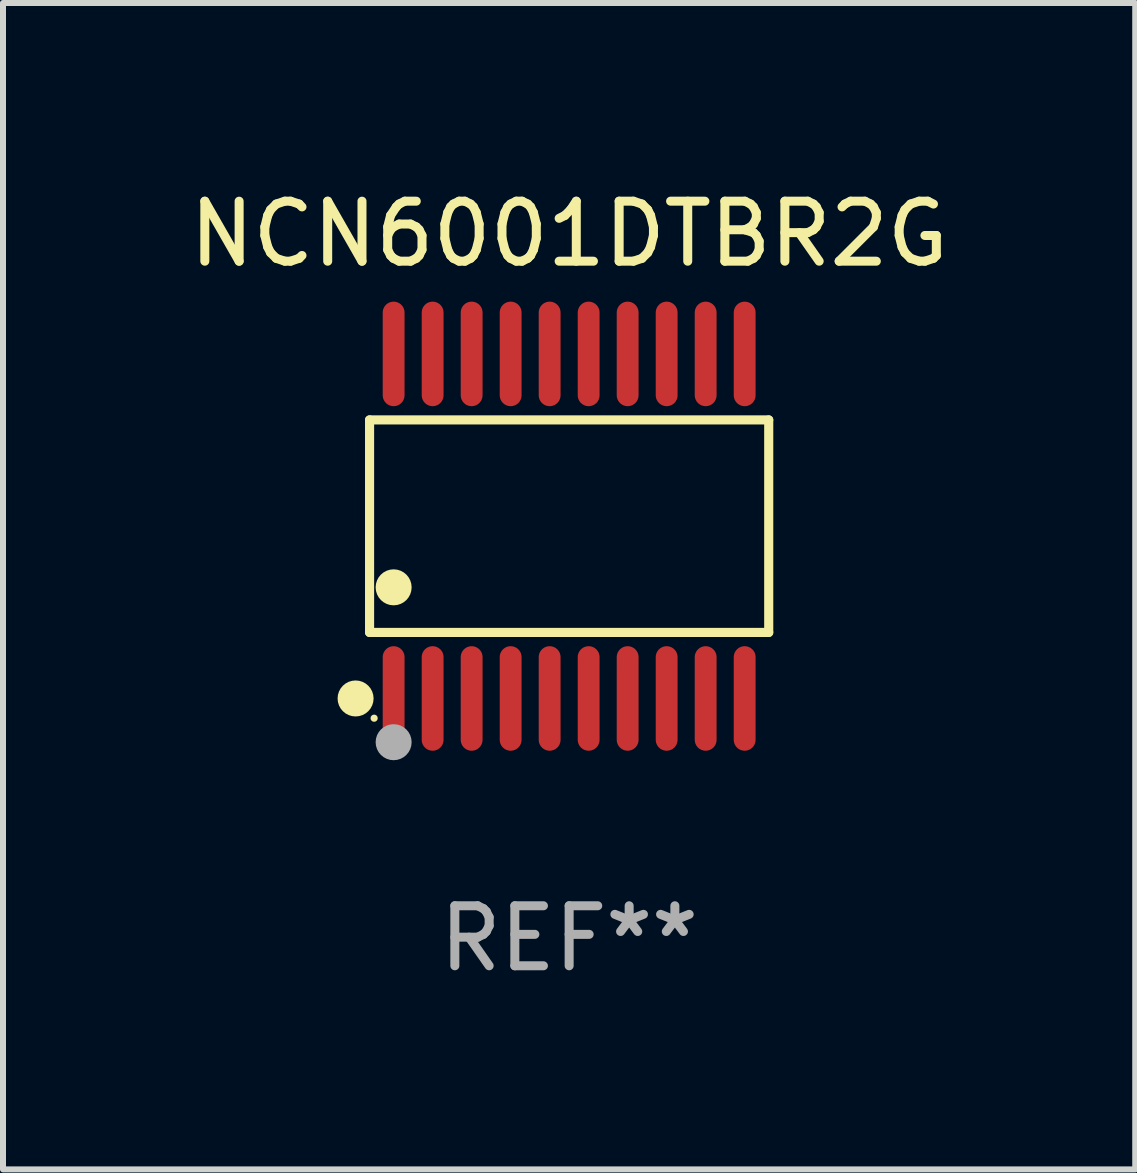
<source format=kicad_pcb>
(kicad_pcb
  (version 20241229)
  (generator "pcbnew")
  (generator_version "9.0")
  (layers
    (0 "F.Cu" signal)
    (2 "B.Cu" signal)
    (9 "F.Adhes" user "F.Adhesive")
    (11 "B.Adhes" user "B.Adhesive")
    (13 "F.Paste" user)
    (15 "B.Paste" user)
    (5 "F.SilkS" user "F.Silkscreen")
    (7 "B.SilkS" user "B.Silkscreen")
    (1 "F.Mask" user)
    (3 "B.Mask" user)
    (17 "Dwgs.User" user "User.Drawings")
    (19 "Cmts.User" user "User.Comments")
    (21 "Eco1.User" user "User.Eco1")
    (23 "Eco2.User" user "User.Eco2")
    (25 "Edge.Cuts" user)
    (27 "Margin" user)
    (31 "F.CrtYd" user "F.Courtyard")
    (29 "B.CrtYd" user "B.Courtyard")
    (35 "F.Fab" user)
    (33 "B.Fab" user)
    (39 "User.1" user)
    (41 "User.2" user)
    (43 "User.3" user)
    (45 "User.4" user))
  (footprint "NCN6001DTBR2G"
    (layer "F.Cu")
    (at 6.435 5.719)
    (property "Reference" "NCN6001DTBR2G" (at 0 -4.871 0) (layer "F.SilkS") (effects (font (size 1 1) (thickness 0.15))))
    (attr through_hole)
    (fp_line (start -3.326 -1.771) (end 3.326 -1.771) (stroke (width 0.152) (type solid)) (layer "F.SilkS"))
    (fp_line (start -3.326 1.771) (end -3.326 -1.771) (stroke (width 0.152) (type solid)) (layer "F.SilkS"))
    (fp_line (start 3.326 -1.771) (end 3.326 1.771) (stroke (width 0.152) (type solid)) (layer "F.SilkS"))
    (fp_line (start 3.326 1.771) (end -3.326 1.771) (stroke (width 0.152) (type solid)) (layer "F.SilkS"))
    (fp_circle (center -3.559 2.871) (end -3.409 2.871) (stroke (width 0.3) (type solid)) (fill no) (layer "F.SilkS"))
    (fp_circle (center -3.25 3.2) (end -3.22 3.2) (stroke (width 0.06) (type solid)) (fill no) (layer "F.SilkS"))
    (fp_circle (center -2.925 1.019) (end -2.775 1.019) (stroke (width 0.3) (type solid)) (fill no) (layer "F.SilkS"))
    (fp_circle (center -2.925 3.6) (end -2.775 3.6) (stroke (width 0.3) (type solid)) (fill no) (layer "F.Fab"))
    (fp_text user "REF**" (at 0 6.871 0) (layer "F.Fab") (effects (font (size 1 1) (thickness 0.15))))
    (pad "1" smd oval (at -2.925 2.871) (size 0.364 1.742) (layers "F.Cu" "F.Mask" "F.Paste"))
    (pad "2" smd oval (at -2.275 2.871) (size 0.364 1.742) (layers "F.Cu" "F.Mask" "F.Paste"))
    (pad "3" smd oval (at -1.625 2.871) (size 0.364 1.742) (layers "F.Cu" "F.Mask" "F.Paste"))
    (pad "4" smd oval (at -0.975 2.871) (size 0.364 1.742) (layers "F.Cu" "F.Mask" "F.Paste"))
    (pad "5" smd oval (at -0.325 2.871) (size 0.364 1.742) (layers "F.Cu" "F.Mask" "F.Paste"))
    (pad "6" smd oval (at 0.325 2.871) (size 0.364 1.742) (layers "F.Cu" "F.Mask" "F.Paste"))
    (pad "7" smd oval (at 0.975 2.871) (size 0.364 1.742) (layers "F.Cu" "F.Mask" "F.Paste"))
    (pad "8" smd oval (at 1.625 2.871) (size 0.364 1.742) (layers "F.Cu" "F.Mask" "F.Paste"))
    (pad "9" smd oval (at 2.275 2.871) (size 0.364 1.742) (layers "F.Cu" "F.Mask" "F.Paste"))
    (pad "10" smd oval (at 2.925 2.871) (size 0.364 1.742) (layers "F.Cu" "F.Mask" "F.Paste"))
    (pad "11" smd oval (at 2.925 -2.871) (size 0.364 1.742) (layers "F.Cu" "F.Mask" "F.Paste"))
    (pad "12" smd oval (at 2.275 -2.871) (size 0.364 1.742) (layers "F.Cu" "F.Mask" "F.Paste"))
    (pad "13" smd oval (at 1.625 -2.871) (size 0.364 1.742) (layers "F.Cu" "F.Mask" "F.Paste"))
    (pad "14" smd oval (at 0.975 -2.871) (size 0.364 1.742) (layers "F.Cu" "F.Mask" "F.Paste"))
    (pad "15" smd oval (at 0.325 -2.871) (size 0.364 1.742) (layers "F.Cu" "F.Mask" "F.Paste"))
    (pad "16" smd oval (at -0.325 -2.871) (size 0.364 1.742) (layers "F.Cu" "F.Mask" "F.Paste"))
    (pad "17" smd oval (at -0.975 -2.871) (size 0.364 1.742) (layers "F.Cu" "F.Mask" "F.Paste"))
    (pad "18" smd oval (at -1.625 -2.871) (size 0.364 1.742) (layers "F.Cu" "F.Mask" "F.Paste"))
    (pad "19" smd oval (at -2.275 -2.871) (size 0.364 1.742) (layers "F.Cu" "F.Mask" "F.Paste"))
    (pad "20" smd oval (at -2.925 -2.871) (size 0.364 1.742) (layers "F.Cu" "F.Mask" "F.Paste")))
  (gr_rect
    (start -3 -3)
    (end 15.869 16.438)
    (stroke (width 0.1) (type default))
    (fill no)
    (layer "Edge.Cuts")))
</source>
